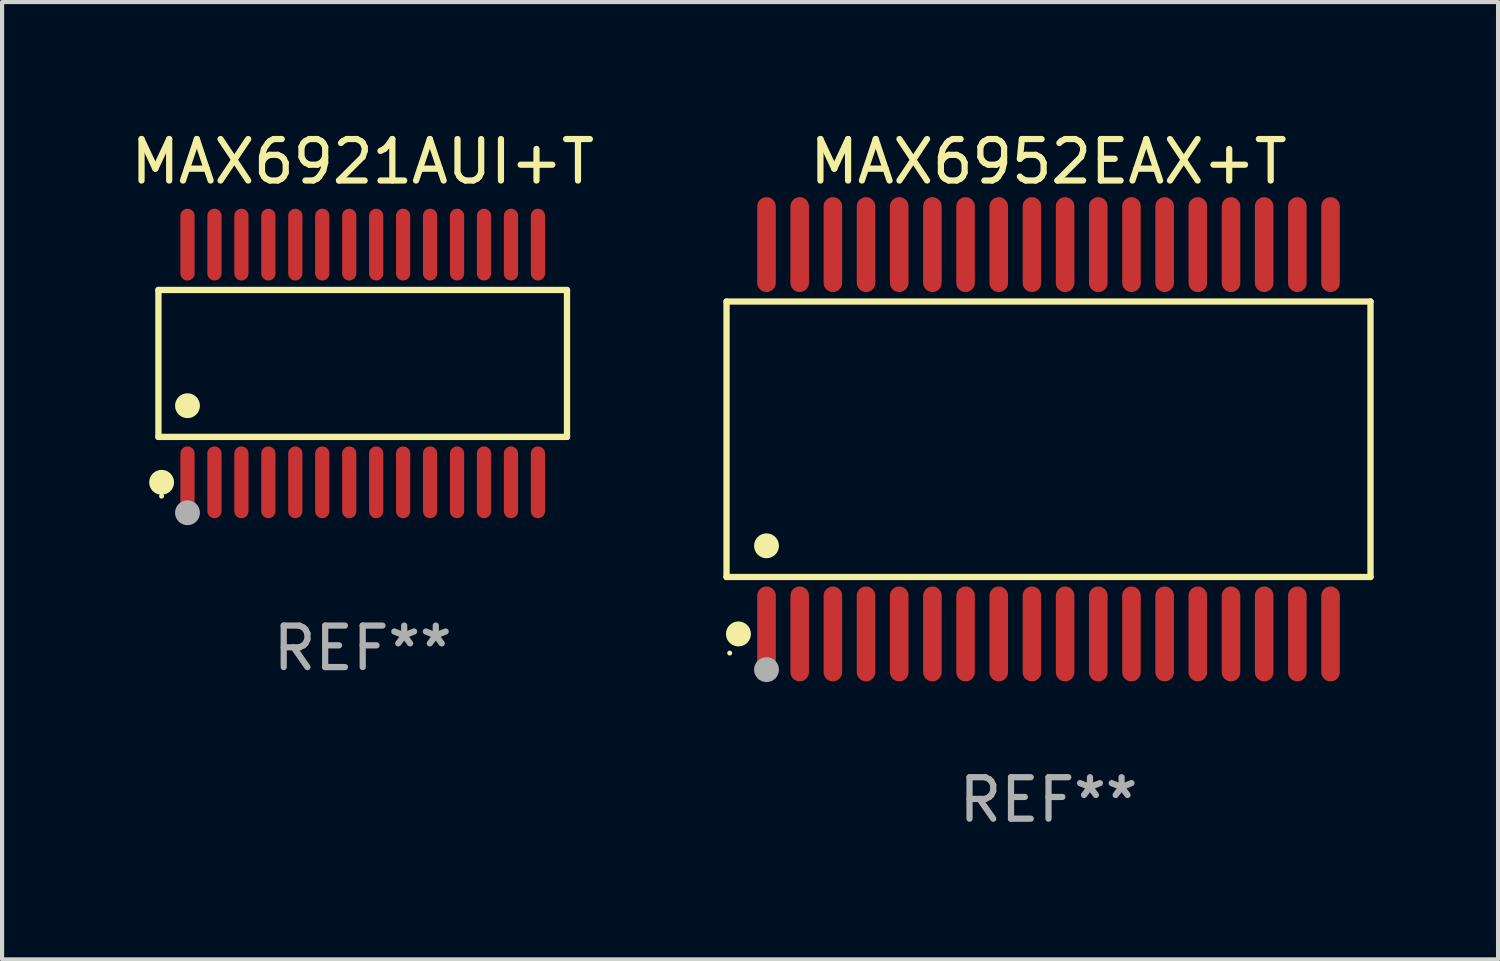
<source format=kicad_pcb>
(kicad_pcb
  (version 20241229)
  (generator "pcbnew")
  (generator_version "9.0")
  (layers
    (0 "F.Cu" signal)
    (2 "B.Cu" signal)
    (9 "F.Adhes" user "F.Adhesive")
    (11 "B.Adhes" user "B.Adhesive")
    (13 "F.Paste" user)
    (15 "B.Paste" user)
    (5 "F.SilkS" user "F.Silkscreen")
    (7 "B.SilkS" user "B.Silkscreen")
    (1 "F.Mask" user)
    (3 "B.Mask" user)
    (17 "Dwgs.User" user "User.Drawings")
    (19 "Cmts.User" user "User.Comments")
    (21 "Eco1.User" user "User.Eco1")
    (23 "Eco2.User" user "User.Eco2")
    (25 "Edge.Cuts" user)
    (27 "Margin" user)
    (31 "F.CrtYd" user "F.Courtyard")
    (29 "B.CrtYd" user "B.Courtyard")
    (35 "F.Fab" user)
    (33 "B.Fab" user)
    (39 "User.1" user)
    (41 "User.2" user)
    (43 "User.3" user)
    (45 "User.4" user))
  (footprint "MAX6952EAX+T"
    (layer "F.Cu")
    (at 22.233 7.542)
    (property "Reference" "MAX6952EAX+T" (at 0 -6.694 0) (layer "F.SilkS") (effects (font (size 1 1) (thickness 0.15))))
    (attr through_hole)
    (fp_line (start -7.764 -3.321) (end 7.764 -3.321) (stroke (width 0.152) (type solid)) (layer "F.SilkS"))
    (fp_line (start -7.764 3.321) (end -7.764 -3.321) (stroke (width 0.152) (type solid)) (layer "F.SilkS"))
    (fp_line (start 7.764 -3.321) (end 7.764 3.321) (stroke (width 0.152) (type solid)) (layer "F.SilkS"))
    (fp_line (start 7.764 3.321) (end -7.764 3.321) (stroke (width 0.152) (type solid)) (layer "F.SilkS"))
    (fp_circle (center -7.688 5.155) (end -7.658 5.155) (stroke (width 0.06) (type solid)) (fill no) (layer "F.SilkS"))
    (fp_circle (center -7.477 4.694) (end -7.326 4.694) (stroke (width 0.3) (type solid)) (fill no) (layer "F.SilkS"))
    (fp_circle (center -6.8 2.569) (end -6.65 2.569) (stroke (width 0.3) (type solid)) (fill no) (layer "F.SilkS"))
    (fp_circle (center -6.8 5.555) (end -6.65 5.555) (stroke (width 0.3) (type solid)) (fill no) (layer "F.Fab"))
    (fp_text user "REF**" (at 0 8.694 0) (layer "F.Fab") (effects (font (size 1 1) (thickness 0.15))))
    (pad "1" smd oval (at -6.8 4.694) (size 0.448 2.288) (layers "F.Cu" "F.Mask" "F.Paste"))
    (pad "2" smd oval (at -6 4.694) (size 0.448 2.288) (layers "F.Cu" "F.Mask" "F.Paste"))
    (pad "3" smd oval (at -5.2 4.694) (size 0.448 2.288) (layers "F.Cu" "F.Mask" "F.Paste"))
    (pad "4" smd oval (at -4.4 4.694) (size 0.448 2.288) (layers "F.Cu" "F.Mask" "F.Paste"))
    (pad "5" smd oval (at -3.6 4.694) (size 0.448 2.288) (layers "F.Cu" "F.Mask" "F.Paste"))
    (pad "6" smd oval (at -2.8 4.694) (size 0.448 2.288) (layers "F.Cu" "F.Mask" "F.Paste"))
    (pad "7" smd oval (at -2 4.694) (size 0.448 2.288) (layers "F.Cu" "F.Mask" "F.Paste"))
    (pad "8" smd oval (at -1.2 4.694) (size 0.448 2.288) (layers "F.Cu" "F.Mask" "F.Paste"))
    (pad "9" smd oval (at -0.4 4.694) (size 0.448 2.288) (layers "F.Cu" "F.Mask" "F.Paste"))
    (pad "10" smd oval (at 0.4 4.694) (size 0.448 2.288) (layers "F.Cu" "F.Mask" "F.Paste"))
    (pad "11" smd oval (at 1.2 4.694) (size 0.448 2.288) (layers "F.Cu" "F.Mask" "F.Paste"))
    (pad "12" smd oval (at 2 4.694) (size 0.448 2.288) (layers "F.Cu" "F.Mask" "F.Paste"))
    (pad "13" smd oval (at 2.8 4.694) (size 0.448 2.288) (layers "F.Cu" "F.Mask" "F.Paste"))
    (pad "14" smd oval (at 3.6 4.694) (size 0.448 2.288) (layers "F.Cu" "F.Mask" "F.Paste"))
    (pad "15" smd oval (at 4.4 4.694) (size 0.448 2.288) (layers "F.Cu" "F.Mask" "F.Paste"))
    (pad "16" smd oval (at 5.2 4.694) (size 0.448 2.288) (layers "F.Cu" "F.Mask" "F.Paste"))
    (pad "17" smd oval (at 6 4.694) (size 0.448 2.288) (layers "F.Cu" "F.Mask" "F.Paste"))
    (pad "18" smd oval (at 6.8 4.694) (size 0.448 2.288) (layers "F.Cu" "F.Mask" "F.Paste"))
    (pad "19" smd oval (at 6.8 -4.694) (size 0.448 2.288) (layers "F.Cu" "F.Mask" "F.Paste"))
    (pad "20" smd oval (at 6 -4.694) (size 0.448 2.288) (layers "F.Cu" "F.Mask" "F.Paste"))
    (pad "21" smd oval (at 5.2 -4.694) (size 0.448 2.288) (layers "F.Cu" "F.Mask" "F.Paste"))
    (pad "22" smd oval (at 4.4 -4.694) (size 0.448 2.288) (layers "F.Cu" "F.Mask" "F.Paste"))
    (pad "23" smd oval (at 3.6 -4.694) (size 0.448 2.288) (layers "F.Cu" "F.Mask" "F.Paste"))
    (pad "24" smd oval (at 2.8 -4.694) (size 0.448 2.288) (layers "F.Cu" "F.Mask" "F.Paste"))
    (pad "25" smd oval (at 2 -4.694) (size 0.448 2.288) (layers "F.Cu" "F.Mask" "F.Paste"))
    (pad "26" smd oval (at 1.2 -4.694) (size 0.448 2.288) (layers "F.Cu" "F.Mask" "F.Paste"))
    (pad "27" smd oval (at 0.4 -4.694) (size 0.448 2.288) (layers "F.Cu" "F.Mask" "F.Paste"))
    (pad "28" smd oval (at -0.4 -4.694) (size 0.448 2.288) (layers "F.Cu" "F.Mask" "F.Paste"))
    (pad "29" smd oval (at -1.2 -4.694) (size 0.448 2.288) (layers "F.Cu" "F.Mask" "F.Paste"))
    (pad "30" smd oval (at -2 -4.694) (size 0.448 2.288) (layers "F.Cu" "F.Mask" "F.Paste"))
    (pad "31" smd oval (at -2.8 -4.694) (size 0.448 2.288) (layers "F.Cu" "F.Mask" "F.Paste"))
    (pad "32" smd oval (at -3.6 -4.694) (size 0.448 2.288) (layers "F.Cu" "F.Mask" "F.Paste"))
    (pad "33" smd oval (at -4.4 -4.694) (size 0.448 2.288) (layers "F.Cu" "F.Mask" "F.Paste"))
    (pad "34" smd oval (at -5.2 -4.694) (size 0.448 2.288) (layers "F.Cu" "F.Mask" "F.Paste"))
    (pad "35" smd oval (at -6 -4.694) (size 0.448 2.288) (layers "F.Cu" "F.Mask" "F.Paste"))
    (pad "36" smd oval (at -6.8 -4.694) (size 0.448 2.288) (layers "F.Cu" "F.Mask" "F.Paste")))
  (footprint "MAX6921AUI+T"
    (layer "F.Cu")
    (at 5.696 5.714)
    (property "Reference" "MAX6921AUI+T" (at 0 -4.866 0) (layer "F.SilkS") (effects (font (size 1 1) (thickness 0.15))))
    (attr through_hole)
    (fp_line (start -4.926 -1.772) (end 4.926 -1.772) (stroke (width 0.152) (type solid)) (layer "F.SilkS"))
    (fp_line (start -4.926 1.771) (end -4.926 -1.772) (stroke (width 0.152) (type solid)) (layer "F.SilkS"))
    (fp_line (start 4.926 -1.772) (end 4.926 1.771) (stroke (width 0.152) (type solid)) (layer "F.SilkS"))
    (fp_line (start 4.926 1.771) (end -4.926 1.771) (stroke (width 0.152) (type solid)) (layer "F.SilkS"))
    (fp_circle (center -4.85 3.2) (end -4.82 3.2) (stroke (width 0.06) (type solid)) (fill no) (layer "F.SilkS"))
    (fp_circle (center -4.849 2.866) (end -4.699 2.866) (stroke (width 0.3) (type solid)) (fill no) (layer "F.SilkS"))
    (fp_circle (center -4.225 1.019) (end -4.075 1.019) (stroke (width 0.3) (type solid)) (fill no) (layer "F.SilkS"))
    (fp_circle (center -4.225 3.6) (end -4.075 3.6) (stroke (width 0.3) (type solid)) (fill no) (layer "F.Fab"))
    (fp_text user "REF**" (at 0 6.866 0) (layer "F.Fab") (effects (font (size 1 1) (thickness 0.15))))
    (pad "1" smd oval (at -4.225 2.866) (size 0.343 1.731) (layers "F.Cu" "F.Mask" "F.Paste"))
    (pad "2" smd oval (at -3.575 2.866) (size 0.343 1.731) (layers "F.Cu" "F.Mask" "F.Paste"))
    (pad "3" smd oval (at -2.925 2.866) (size 0.343 1.731) (layers "F.Cu" "F.Mask" "F.Paste"))
    (pad "4" smd oval (at -2.275 2.866) (size 0.343 1.731) (layers "F.Cu" "F.Mask" "F.Paste"))
    (pad "5" smd oval (at -1.625 2.866) (size 0.343 1.731) (layers "F.Cu" "F.Mask" "F.Paste"))
    (pad "6" smd oval (at -0.975 2.866) (size 0.343 1.731) (layers "F.Cu" "F.Mask" "F.Paste"))
    (pad "7" smd oval (at -0.325 2.866) (size 0.343 1.731) (layers "F.Cu" "F.Mask" "F.Paste"))
    (pad "8" smd oval (at 0.325 2.866) (size 0.343 1.731) (layers "F.Cu" "F.Mask" "F.Paste"))
    (pad "9" smd oval (at 0.975 2.866) (size 0.343 1.731) (layers "F.Cu" "F.Mask" "F.Paste"))
    (pad "10" smd oval (at 1.625 2.866) (size 0.343 1.731) (layers "F.Cu" "F.Mask" "F.Paste"))
    (pad "11" smd oval (at 2.275 2.866) (size 0.343 1.731) (layers "F.Cu" "F.Mask" "F.Paste"))
    (pad "12" smd oval (at 2.925 2.866) (size 0.343 1.731) (layers "F.Cu" "F.Mask" "F.Paste"))
    (pad "13" smd oval (at 3.575 2.866) (size 0.343 1.731) (layers "F.Cu" "F.Mask" "F.Paste"))
    (pad "14" smd oval (at 4.225 2.866) (size 0.343 1.731) (layers "F.Cu" "F.Mask" "F.Paste"))
    (pad "15" smd oval (at 4.225 -2.866) (size 0.343 1.731) (layers "F.Cu" "F.Mask" "F.Paste"))
    (pad "16" smd oval (at 3.575 -2.866) (size 0.343 1.731) (layers "F.Cu" "F.Mask" "F.Paste"))
    (pad "17" smd oval (at 2.925 -2.866) (size 0.343 1.731) (layers "F.Cu" "F.Mask" "F.Paste"))
    (pad "18" smd oval (at 2.275 -2.866) (size 0.343 1.731) (layers "F.Cu" "F.Mask" "F.Paste"))
    (pad "19" smd oval (at 1.625 -2.866) (size 0.343 1.731) (layers "F.Cu" "F.Mask" "F.Paste"))
    (pad "20" smd oval (at 0.975 -2.866) (size 0.343 1.731) (layers "F.Cu" "F.Mask" "F.Paste"))
    (pad "21" smd oval (at 0.325 -2.866) (size 0.343 1.731) (layers "F.Cu" "F.Mask" "F.Paste"))
    (pad "22" smd oval (at -0.325 -2.866) (size 0.343 1.731) (layers "F.Cu" "F.Mask" "F.Paste"))
    (pad "23" smd oval (at -0.975 -2.866) (size 0.343 1.731) (layers "F.Cu" "F.Mask" "F.Paste"))
    (pad "24" smd oval (at -1.625 -2.866) (size 0.343 1.731) (layers "F.Cu" "F.Mask" "F.Paste"))
    (pad "25" smd oval (at -2.275 -2.866) (size 0.343 1.731) (layers "F.Cu" "F.Mask" "F.Paste"))
    (pad "26" smd oval (at -2.925 -2.866) (size 0.343 1.731) (layers "F.Cu" "F.Mask" "F.Paste"))
    (pad "27" smd oval (at -3.575 -2.866) (size 0.343 1.731) (layers "F.Cu" "F.Mask" "F.Paste"))
    (pad "28" smd oval (at -4.225 -2.866) (size 0.343 1.731) (layers "F.Cu" "F.Mask" "F.Paste")))
  (gr_rect
    (start -3 -3)
    (end 33.073 20.084)
    (stroke (width 0.1) (type default))
    (fill no)
    (layer "Edge.Cuts")))
</source>
